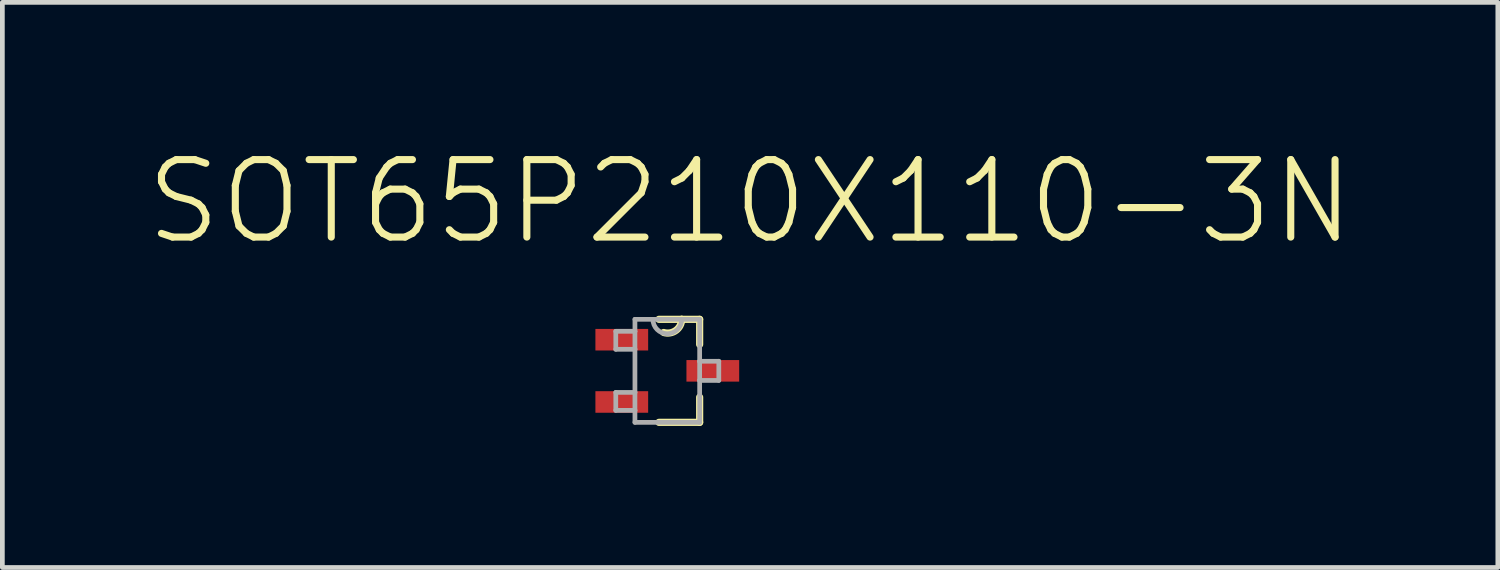
<source format=kicad_pcb>
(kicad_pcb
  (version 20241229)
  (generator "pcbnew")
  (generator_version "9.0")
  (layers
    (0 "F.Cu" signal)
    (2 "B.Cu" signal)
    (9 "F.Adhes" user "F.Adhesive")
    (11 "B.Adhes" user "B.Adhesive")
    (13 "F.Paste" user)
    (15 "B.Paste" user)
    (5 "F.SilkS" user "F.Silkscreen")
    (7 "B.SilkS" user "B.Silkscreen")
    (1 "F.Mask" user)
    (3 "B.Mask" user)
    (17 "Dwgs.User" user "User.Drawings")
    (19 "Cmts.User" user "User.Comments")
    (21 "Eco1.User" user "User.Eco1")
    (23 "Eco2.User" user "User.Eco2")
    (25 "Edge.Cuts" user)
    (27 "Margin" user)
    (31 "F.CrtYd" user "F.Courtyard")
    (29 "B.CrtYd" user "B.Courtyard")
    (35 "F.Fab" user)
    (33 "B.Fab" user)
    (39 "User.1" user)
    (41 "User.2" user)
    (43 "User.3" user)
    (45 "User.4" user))
  (footprint "SOT65P210X110-3N"
    (layer "F.Cu")
    (at 11.097 4.812)
    (property "Reference" "SOT65P210X110-3N" (at 1.756 -3.588 0) (layer "F.SilkS") (effects (font (size 1.643 1.643) (thickness 0.15))))
    (attr smd)
    (fp_line (start -0.178 1.092) (end 0.686 1.092) (stroke (width 0.152) (type solid)) (layer "F.SilkS"))
    (fp_line (start 0.305 -1.092) (end -0.178 -1.092) (stroke (width 0.152) (type solid)) (layer "F.SilkS"))
    (fp_line (start 0.686 -1.092) (end 0.305 -1.092) (stroke (width 0.152) (type solid)) (layer "F.SilkS"))
    (fp_line (start 0.686 -0.559) (end 0.686 -1.092) (stroke (width 0.152) (type solid)) (layer "F.SilkS"))
    (fp_line (start 0.686 1.092) (end 0.686 0.559) (stroke (width 0.152) (type solid)) (layer "F.SilkS"))
    (fp_arc (start 0.304799 -1.0922) (mid 0.183951 -0.857521) (end -0.0762 -0.8128) (stroke (width 0.1524) (type solid)) (layer "F.SilkS"))
    (fp_line (start -1.092 -0.838) (end -1.092 -0.457) (stroke (width 0.1) (type solid)) (layer "F.Fab"))
    (fp_line (start -1.092 -0.457) (end -0.686 -0.457) (stroke (width 0.1) (type solid)) (layer "F.Fab"))
    (fp_line (start -1.092 0.457) (end -1.092 0.838) (stroke (width 0.1) (type solid)) (layer "F.Fab"))
    (fp_line (start -1.092 0.838) (end -0.686 0.838) (stroke (width 0.1) (type solid)) (layer "F.Fab"))
    (fp_line (start -0.686 -1.092) (end -0.686 -0.838) (stroke (width 0.1) (type solid)) (layer "F.Fab"))
    (fp_line (start -0.686 -0.838) (end -1.092 -0.838) (stroke (width 0.1) (type solid)) (layer "F.Fab"))
    (fp_line (start -0.686 -0.838) (end -0.686 -0.457) (stroke (width 0.1) (type solid)) (layer "F.Fab"))
    (fp_line (start -0.686 -0.457) (end -0.686 0.457) (stroke (width 0.1) (type solid)) (layer "F.Fab"))
    (fp_line (start -0.686 0.457) (end -1.092 0.457) (stroke (width 0.1) (type solid)) (layer "F.Fab"))
    (fp_line (start -0.686 0.838) (end -0.686 0.457) (stroke (width 0.1) (type solid)) (layer "F.Fab"))
    (fp_line (start -0.686 1.092) (end -0.686 0.838) (stroke (width 0.1) (type solid)) (layer "F.Fab"))
    (fp_line (start -0.686 1.092) (end 0.686 1.092) (stroke (width 0.1) (type solid)) (layer "F.Fab"))
    (fp_line (start -0.305 -1.092) (end -0.686 -1.092) (stroke (width 0.1) (type solid)) (layer "F.Fab"))
    (fp_line (start 0.305 -1.092) (end -0.305 -1.092) (stroke (width 0.1) (type solid)) (layer "F.Fab"))
    (fp_line (start 0.686 -1.092) (end 0.305 -1.092) (stroke (width 0.1) (type solid)) (layer "F.Fab"))
    (fp_line (start 0.686 -0.203) (end 0.686 -1.092) (stroke (width 0.1) (type solid)) (layer "F.Fab"))
    (fp_line (start 0.686 0.203) (end 0.686 -0.203) (stroke (width 0.1) (type solid)) (layer "F.Fab"))
    (fp_line (start 0.686 0.203) (end 1.092 0.203) (stroke (width 0.1) (type solid)) (layer "F.Fab"))
    (fp_line (start 0.686 1.092) (end 0.686 0.203) (stroke (width 0.1) (type solid)) (layer "F.Fab"))
    (fp_line (start 1.092 -0.203) (end 0.686 -0.203) (stroke (width 0.1) (type solid)) (layer "F.Fab"))
    (fp_line (start 1.092 0.203) (end 1.092 -0.203) (stroke (width 0.1) (type solid)) (layer "F.Fab"))
    (fp_arc (start 0.3048 -1.0922) (mid 0 -0.7874) (end -0.3048 -1.0922) (stroke (width 0.1) (type solid)) (layer "F.Fab"))
    (pad "1" smd rect (at -0.965 -0.66) (size 1.118 0.457) (layers "F.Cu" "F.Mask" "F.Paste"))
    (pad "2" smd rect (at -0.965 0.66) (size 1.118 0.457) (layers "F.Cu" "F.Mask" "F.Paste"))
    (pad "3" smd rect (at 0.965 0) (size 1.118 0.457) (layers "F.Cu" "F.Mask" "F.Paste")))
  (gr_rect
    (start -3 -3)
    (end 28.705 8.981)
    (stroke (width 0.1) (type default))
    (fill no)
    (layer "Edge.Cuts")))
</source>
